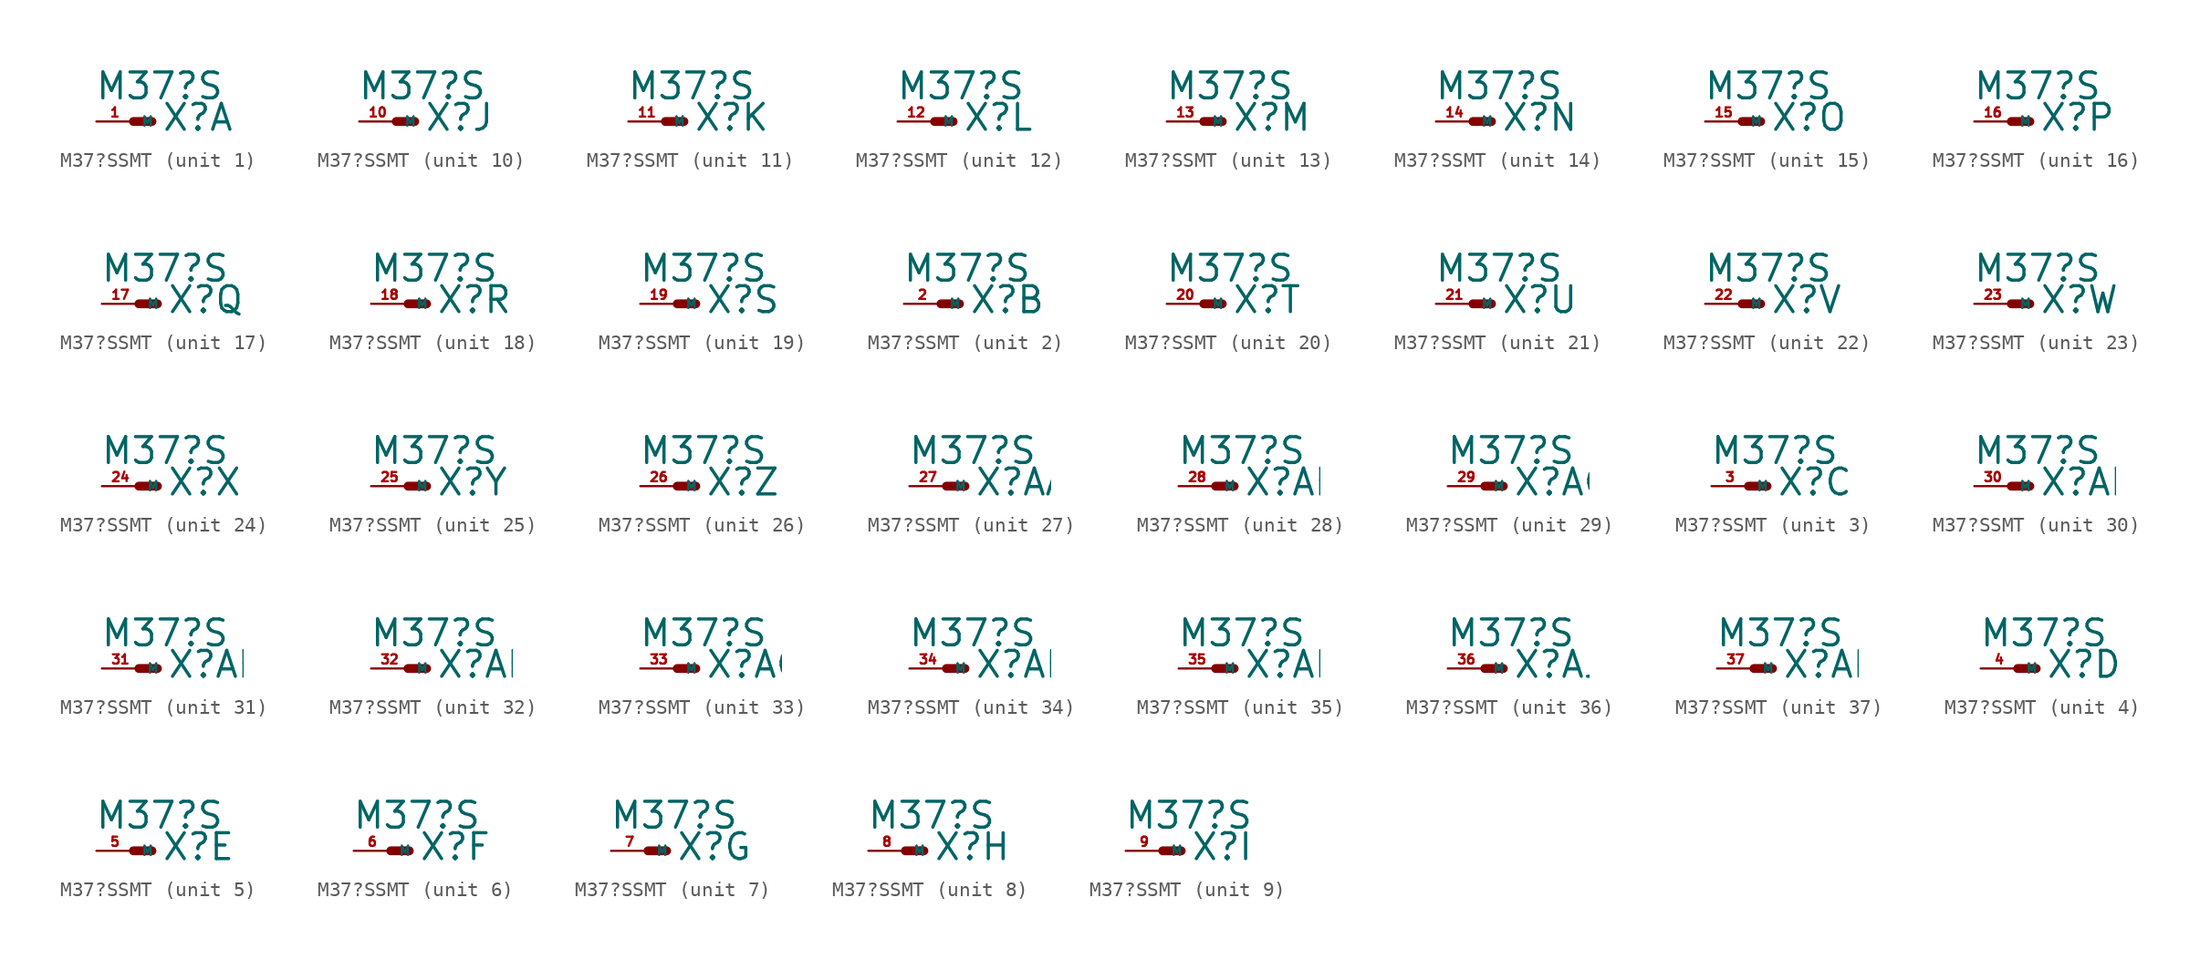
<source format=kicad_sym>
(kicad_symbol_lib
  (version 20220914)
  (generator Eagle2Kicad)
  (symbol "M37?SSMT"
    (property "Reference" "X"
      (at 1.905 -0.762 0)
      (effects (font (size 1.778 1.778) (thickness 0.22)) (justify left bottom)))
    (property "Value" "M37?S"
      (at -2.667 1.397 0)
      (effects (font (size 1.778 1.778) (thickness 0.22)) (justify left bottom)))
    (symbol "M37?SSMT_1_0"
      (polyline (pts (xy 0 0) (xy 1.27 0)) (stroke (width 0.61) (type default)) (fill (type none)))
      (pin passive line (at -2.54 0 0) (length 2.54) (name "M" (effects (font (size 0.635 0.635) (thickness 0.08)) (justify left bottom))) (number "1" (effects (font (size 0.635 0.635) (thickness 0.08)) (justify left bottom)))))
    (symbol "M37?SSMT_2_0"
      (polyline (pts (xy 0 0) (xy 1.27 0)) (stroke (width 0.61) (type default)) (fill (type none)))
      (pin passive line (at -2.54 0 0) (length 2.54) (name "M" (effects (font (size 0.635 0.635) (thickness 0.08)) (justify left bottom))) (number "2" (effects (font (size 0.635 0.635) (thickness 0.08)) (justify left bottom)))))
    (symbol "M37?SSMT_3_0"
      (polyline (pts (xy 0 0) (xy 1.27 0)) (stroke (width 0.61) (type default)) (fill (type none)))
      (pin passive line (at -2.54 0 0) (length 2.54) (name "M" (effects (font (size 0.635 0.635) (thickness 0.08)) (justify left bottom))) (number "3" (effects (font (size 0.635 0.635) (thickness 0.08)) (justify left bottom)))))
    (symbol "M37?SSMT_4_0"
      (polyline (pts (xy 0 0) (xy 1.27 0)) (stroke (width 0.61) (type default)) (fill (type none)))
      (pin passive line (at -2.54 0 0) (length 2.54) (name "M" (effects (font (size 0.635 0.635) (thickness 0.08)) (justify left bottom))) (number "4" (effects (font (size 0.635 0.635) (thickness 0.08)) (justify left bottom)))))
    (symbol "M37?SSMT_5_0"
      (polyline (pts (xy 0 0) (xy 1.27 0)) (stroke (width 0.61) (type default)) (fill (type none)))
      (pin passive line (at -2.54 0 0) (length 2.54) (name "M" (effects (font (size 0.635 0.635) (thickness 0.08)) (justify left bottom))) (number "5" (effects (font (size 0.635 0.635) (thickness 0.08)) (justify left bottom)))))
    (symbol "M37?SSMT_6_0"
      (polyline (pts (xy 0 0) (xy 1.27 0)) (stroke (width 0.61) (type default)) (fill (type none)))
      (pin passive line (at -2.54 0 0) (length 2.54) (name "M" (effects (font (size 0.635 0.635) (thickness 0.08)) (justify left bottom))) (number "6" (effects (font (size 0.635 0.635) (thickness 0.08)) (justify left bottom)))))
    (symbol "M37?SSMT_7_0"
      (polyline (pts (xy 0 0) (xy 1.27 0)) (stroke (width 0.61) (type default)) (fill (type none)))
      (pin passive line (at -2.54 0 0) (length 2.54) (name "M" (effects (font (size 0.635 0.635) (thickness 0.08)) (justify left bottom))) (number "7" (effects (font (size 0.635 0.635) (thickness 0.08)) (justify left bottom)))))
    (symbol "M37?SSMT_8_0"
      (polyline (pts (xy 0 0) (xy 1.27 0)) (stroke (width 0.61) (type default)) (fill (type none)))
      (pin passive line (at -2.54 0 0) (length 2.54) (name "M" (effects (font (size 0.635 0.635) (thickness 0.08)) (justify left bottom))) (number "8" (effects (font (size 0.635 0.635) (thickness 0.08)) (justify left bottom)))))
    (symbol "M37?SSMT_9_0"
      (polyline (pts (xy 0 0) (xy 1.27 0)) (stroke (width 0.61) (type default)) (fill (type none)))
      (pin passive line (at -2.54 0 0) (length 2.54) (name "M" (effects (font (size 0.635 0.635) (thickness 0.08)) (justify left bottom))) (number "9" (effects (font (size 0.635 0.635) (thickness 0.08)) (justify left bottom)))))
    (symbol "M37?SSMT_10_0"
      (polyline (pts (xy 0 0) (xy 1.27 0)) (stroke (width 0.61) (type default)) (fill (type none)))
      (pin passive line (at -2.54 0 0) (length 2.54) (name "M" (effects (font (size 0.635 0.635) (thickness 0.08)) (justify left bottom))) (number "10" (effects (font (size 0.635 0.635) (thickness 0.08)) (justify left bottom)))))
    (symbol "M37?SSMT_11_0"
      (polyline (pts (xy 0 0) (xy 1.27 0)) (stroke (width 0.61) (type default)) (fill (type none)))
      (pin passive line (at -2.54 0 0) (length 2.54) (name "M" (effects (font (size 0.635 0.635) (thickness 0.08)) (justify left bottom))) (number "11" (effects (font (size 0.635 0.635) (thickness 0.08)) (justify left bottom)))))
    (symbol "M37?SSMT_12_0"
      (polyline (pts (xy 0 0) (xy 1.27 0)) (stroke (width 0.61) (type default)) (fill (type none)))
      (pin passive line (at -2.54 0 0) (length 2.54) (name "M" (effects (font (size 0.635 0.635) (thickness 0.08)) (justify left bottom))) (number "12" (effects (font (size 0.635 0.635) (thickness 0.08)) (justify left bottom)))))
    (symbol "M37?SSMT_13_0"
      (polyline (pts (xy 0 0) (xy 1.27 0)) (stroke (width 0.61) (type default)) (fill (type none)))
      (pin passive line (at -2.54 0 0) (length 2.54) (name "M" (effects (font (size 0.635 0.635) (thickness 0.08)) (justify left bottom))) (number "13" (effects (font (size 0.635 0.635) (thickness 0.08)) (justify left bottom)))))
    (symbol "M37?SSMT_14_0"
      (polyline (pts (xy 0 0) (xy 1.27 0)) (stroke (width 0.61) (type default)) (fill (type none)))
      (pin passive line (at -2.54 0 0) (length 2.54) (name "M" (effects (font (size 0.635 0.635) (thickness 0.08)) (justify left bottom))) (number "14" (effects (font (size 0.635 0.635) (thickness 0.08)) (justify left bottom)))))
    (symbol "M37?SSMT_15_0"
      (polyline (pts (xy 0 0) (xy 1.27 0)) (stroke (width 0.61) (type default)) (fill (type none)))
      (pin passive line (at -2.54 0 0) (length 2.54) (name "M" (effects (font (size 0.635 0.635) (thickness 0.08)) (justify left bottom))) (number "15" (effects (font (size 0.635 0.635) (thickness 0.08)) (justify left bottom)))))
    (symbol "M37?SSMT_16_0"
      (polyline (pts (xy 0 0) (xy 1.27 0)) (stroke (width 0.61) (type default)) (fill (type none)))
      (pin passive line (at -2.54 0 0) (length 2.54) (name "M" (effects (font (size 0.635 0.635) (thickness 0.08)) (justify left bottom))) (number "16" (effects (font (size 0.635 0.635) (thickness 0.08)) (justify left bottom)))))
    (symbol "M37?SSMT_17_0"
      (polyline (pts (xy 0 0) (xy 1.27 0)) (stroke (width 0.61) (type default)) (fill (type none)))
      (pin passive line (at -2.54 0 0) (length 2.54) (name "M" (effects (font (size 0.635 0.635) (thickness 0.08)) (justify left bottom))) (number "17" (effects (font (size 0.635 0.635) (thickness 0.08)) (justify left bottom)))))
    (symbol "M37?SSMT_18_0"
      (polyline (pts (xy 0 0) (xy 1.27 0)) (stroke (width 0.61) (type default)) (fill (type none)))
      (pin passive line (at -2.54 0 0) (length 2.54) (name "M" (effects (font (size 0.635 0.635) (thickness 0.08)) (justify left bottom))) (number "18" (effects (font (size 0.635 0.635) (thickness 0.08)) (justify left bottom)))))
    (symbol "M37?SSMT_19_0"
      (polyline (pts (xy 0 0) (xy 1.27 0)) (stroke (width 0.61) (type default)) (fill (type none)))
      (pin passive line (at -2.54 0 0) (length 2.54) (name "M" (effects (font (size 0.635 0.635) (thickness 0.08)) (justify left bottom))) (number "19" (effects (font (size 0.635 0.635) (thickness 0.08)) (justify left bottom)))))
    (symbol "M37?SSMT_20_0"
      (polyline (pts (xy 0 0) (xy 1.27 0)) (stroke (width 0.61) (type default)) (fill (type none)))
      (pin passive line (at -2.54 0 0) (length 2.54) (name "M" (effects (font (size 0.635 0.635) (thickness 0.08)) (justify left bottom))) (number "20" (effects (font (size 0.635 0.635) (thickness 0.08)) (justify left bottom)))))
    (symbol "M37?SSMT_21_0"
      (polyline (pts (xy 0 0) (xy 1.27 0)) (stroke (width 0.61) (type default)) (fill (type none)))
      (pin passive line (at -2.54 0 0) (length 2.54) (name "M" (effects (font (size 0.635 0.635) (thickness 0.08)) (justify left bottom))) (number "21" (effects (font (size 0.635 0.635) (thickness 0.08)) (justify left bottom)))))
    (symbol "M37?SSMT_22_0"
      (polyline (pts (xy 0 0) (xy 1.27 0)) (stroke (width 0.61) (type default)) (fill (type none)))
      (pin passive line (at -2.54 0 0) (length 2.54) (name "M" (effects (font (size 0.635 0.635) (thickness 0.08)) (justify left bottom))) (number "22" (effects (font (size 0.635 0.635) (thickness 0.08)) (justify left bottom)))))
    (symbol "M37?SSMT_23_0"
      (polyline (pts (xy 0 0) (xy 1.27 0)) (stroke (width 0.61) (type default)) (fill (type none)))
      (pin passive line (at -2.54 0 0) (length 2.54) (name "M" (effects (font (size 0.635 0.635) (thickness 0.08)) (justify left bottom))) (number "23" (effects (font (size 0.635 0.635) (thickness 0.08)) (justify left bottom)))))
    (symbol "M37?SSMT_24_0"
      (polyline (pts (xy 0 0) (xy 1.27 0)) (stroke (width 0.61) (type default)) (fill (type none)))
      (pin passive line (at -2.54 0 0) (length 2.54) (name "M" (effects (font (size 0.635 0.635) (thickness 0.08)) (justify left bottom))) (number "24" (effects (font (size 0.635 0.635) (thickness 0.08)) (justify left bottom)))))
    (symbol "M37?SSMT_25_0"
      (polyline (pts (xy 0 0) (xy 1.27 0)) (stroke (width 0.61) (type default)) (fill (type none)))
      (pin passive line (at -2.54 0 0) (length 2.54) (name "M" (effects (font (size 0.635 0.635) (thickness 0.08)) (justify left bottom))) (number "25" (effects (font (size 0.635 0.635) (thickness 0.08)) (justify left bottom)))))
    (symbol "M37?SSMT_26_0"
      (polyline (pts (xy 0 0) (xy 1.27 0)) (stroke (width 0.61) (type default)) (fill (type none)))
      (pin passive line (at -2.54 0 0) (length 2.54) (name "M" (effects (font (size 0.635 0.635) (thickness 0.08)) (justify left bottom))) (number "26" (effects (font (size 0.635 0.635) (thickness 0.08)) (justify left bottom)))))
    (symbol "M37?SSMT_27_0"
      (polyline (pts (xy 0 0) (xy 1.27 0)) (stroke (width 0.61) (type default)) (fill (type none)))
      (pin passive line (at -2.54 0 0) (length 2.54) (name "M" (effects (font (size 0.635 0.635) (thickness 0.08)) (justify left bottom))) (number "27" (effects (font (size 0.635 0.635) (thickness 0.08)) (justify left bottom)))))
    (symbol "M37?SSMT_28_0"
      (polyline (pts (xy 0 0) (xy 1.27 0)) (stroke (width 0.61) (type default)) (fill (type none)))
      (pin passive line (at -2.54 0 0) (length 2.54) (name "M" (effects (font (size 0.635 0.635) (thickness 0.08)) (justify left bottom))) (number "28" (effects (font (size 0.635 0.635) (thickness 0.08)) (justify left bottom)))))
    (symbol "M37?SSMT_29_0"
      (polyline (pts (xy 0 0) (xy 1.27 0)) (stroke (width 0.61) (type default)) (fill (type none)))
      (pin passive line (at -2.54 0 0) (length 2.54) (name "M" (effects (font (size 0.635 0.635) (thickness 0.08)) (justify left bottom))) (number "29" (effects (font (size 0.635 0.635) (thickness 0.08)) (justify left bottom)))))
    (symbol "M37?SSMT_30_0"
      (polyline (pts (xy 0 0) (xy 1.27 0)) (stroke (width 0.61) (type default)) (fill (type none)))
      (pin passive line (at -2.54 0 0) (length 2.54) (name "M" (effects (font (size 0.635 0.635) (thickness 0.08)) (justify left bottom))) (number "30" (effects (font (size 0.635 0.635) (thickness 0.08)) (justify left bottom)))))
    (symbol "M37?SSMT_31_0"
      (polyline (pts (xy 0 0) (xy 1.27 0)) (stroke (width 0.61) (type default)) (fill (type none)))
      (pin passive line (at -2.54 0 0) (length 2.54) (name "M" (effects (font (size 0.635 0.635) (thickness 0.08)) (justify left bottom))) (number "31" (effects (font (size 0.635 0.635) (thickness 0.08)) (justify left bottom)))))
    (symbol "M37?SSMT_32_0"
      (polyline (pts (xy 0 0) (xy 1.27 0)) (stroke (width 0.61) (type default)) (fill (type none)))
      (pin passive line (at -2.54 0 0) (length 2.54) (name "M" (effects (font (size 0.635 0.635) (thickness 0.08)) (justify left bottom))) (number "32" (effects (font (size 0.635 0.635) (thickness 0.08)) (justify left bottom)))))
    (symbol "M37?SSMT_33_0"
      (polyline (pts (xy 0 0) (xy 1.27 0)) (stroke (width 0.61) (type default)) (fill (type none)))
      (pin passive line (at -2.54 0 0) (length 2.54) (name "M" (effects (font (size 0.635 0.635) (thickness 0.08)) (justify left bottom))) (number "33" (effects (font (size 0.635 0.635) (thickness 0.08)) (justify left bottom)))))
    (symbol "M37?SSMT_34_0"
      (polyline (pts (xy 0 0) (xy 1.27 0)) (stroke (width 0.61) (type default)) (fill (type none)))
      (pin passive line (at -2.54 0 0) (length 2.54) (name "M" (effects (font (size 0.635 0.635) (thickness 0.08)) (justify left bottom))) (number "34" (effects (font (size 0.635 0.635) (thickness 0.08)) (justify left bottom)))))
    (symbol "M37?SSMT_35_0"
      (polyline (pts (xy 0 0) (xy 1.27 0)) (stroke (width 0.61) (type default)) (fill (type none)))
      (pin passive line (at -2.54 0 0) (length 2.54) (name "M" (effects (font (size 0.635 0.635) (thickness 0.08)) (justify left bottom))) (number "35" (effects (font (size 0.635 0.635) (thickness 0.08)) (justify left bottom)))))
    (symbol "M37?SSMT_36_0"
      (polyline (pts (xy 0 0) (xy 1.27 0)) (stroke (width 0.61) (type default)) (fill (type none)))
      (pin passive line (at -2.54 0 0) (length 2.54) (name "M" (effects (font (size 0.635 0.635) (thickness 0.08)) (justify left bottom))) (number "36" (effects (font (size 0.635 0.635) (thickness 0.08)) (justify left bottom)))))
    (symbol "M37?SSMT_37_0"
      (polyline (pts (xy 0 0) (xy 1.27 0)) (stroke (width 0.61) (type default)) (fill (type none)))
      (pin passive line (at -2.54 0 0) (length 2.54) (name "M" (effects (font (size 0.635 0.635) (thickness 0.08)) (justify left bottom))) (number "37" (effects (font (size 0.635 0.635) (thickness 0.08)) (justify left bottom)))))))
</source>
